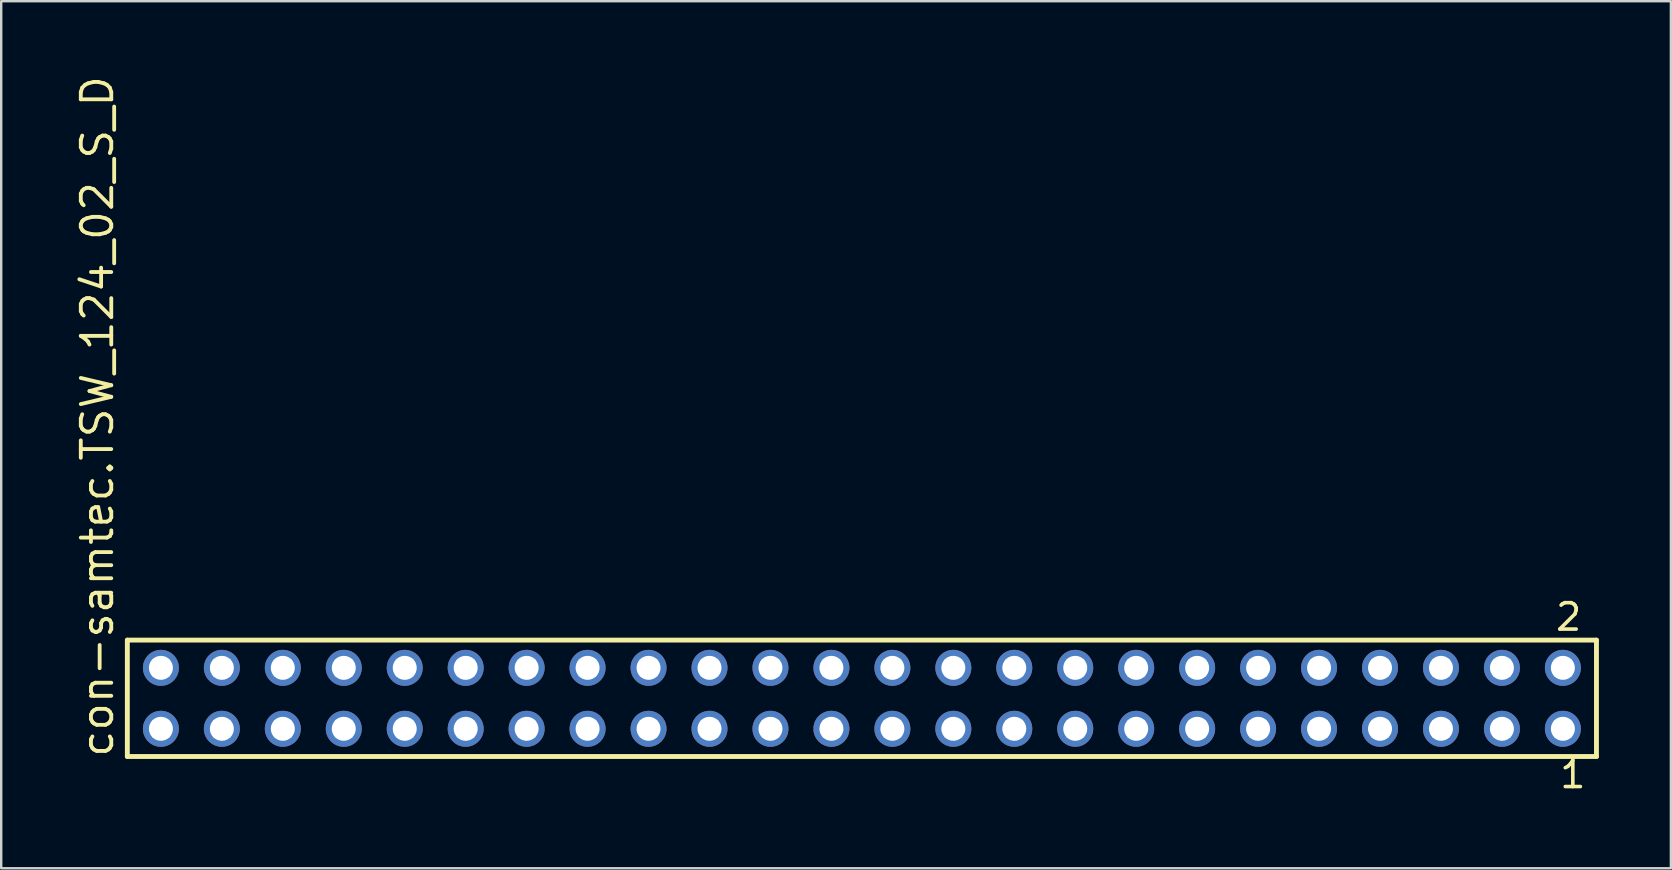
<source format=kicad_pcb>
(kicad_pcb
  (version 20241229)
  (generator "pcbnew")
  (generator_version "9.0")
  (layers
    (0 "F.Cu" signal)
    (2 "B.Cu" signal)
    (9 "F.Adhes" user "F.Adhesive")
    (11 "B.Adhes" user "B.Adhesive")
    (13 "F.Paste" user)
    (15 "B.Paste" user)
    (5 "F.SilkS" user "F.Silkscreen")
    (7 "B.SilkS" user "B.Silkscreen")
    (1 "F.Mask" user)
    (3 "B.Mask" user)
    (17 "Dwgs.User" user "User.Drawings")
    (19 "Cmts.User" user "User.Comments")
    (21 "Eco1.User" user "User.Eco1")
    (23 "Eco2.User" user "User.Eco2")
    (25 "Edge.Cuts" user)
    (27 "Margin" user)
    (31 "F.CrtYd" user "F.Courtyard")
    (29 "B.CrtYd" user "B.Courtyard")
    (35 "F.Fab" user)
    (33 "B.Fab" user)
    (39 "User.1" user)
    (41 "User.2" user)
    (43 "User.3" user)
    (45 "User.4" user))
  (footprint "con-samtec.TSW_124_02_S_D"
    (layer "F.Cu")
    (at 32.865 26.049)
    (property "Reference" "con-samtec.TSW_124_02_S_D" (at -31.115 2.54 90) (layer "F.SilkS") (effects (font (size 1.27 1.27) (thickness 0.16)) (justify left bottom)))
    (attr through_hole)
    (fp_line (start -30.609 -2.425) (end 30.609 -2.425) (stroke (width 0.203) (type default)) (layer "F.SilkS"))
    (fp_line (start -30.609 2.425) (end -30.609 -2.425) (stroke (width 0.203) (type default)) (layer "F.SilkS"))
    (fp_line (start 30.609 -2.425) (end 30.609 2.425) (stroke (width 0.203) (type default)) (layer "F.SilkS"))
    (fp_line (start 30.609 2.425) (end -30.609 2.425) (stroke (width 0.203) (type default)) (layer "F.SilkS"))
    (fp_rect (start -29.56 -0.92) (end -28.86 -1.62) (stroke (width 0.05) (type default)) (fill no) (layer "F.Fab"))
    (fp_rect (start -29.56 1.62) (end -28.86 0.92) (stroke (width 0.05) (type default)) (fill no) (layer "F.Fab"))
    (fp_rect (start -27.02 -0.92) (end -26.32 -1.62) (stroke (width 0.05) (type default)) (fill no) (layer "F.Fab"))
    (fp_rect (start -27.02 1.62) (end -26.32 0.92) (stroke (width 0.05) (type default)) (fill no) (layer "F.Fab"))
    (fp_rect (start -24.48 -0.92) (end -23.78 -1.62) (stroke (width 0.05) (type default)) (fill no) (layer "F.Fab"))
    (fp_rect (start -24.48 1.62) (end -23.78 0.92) (stroke (width 0.05) (type default)) (fill no) (layer "F.Fab"))
    (fp_rect (start -21.94 -0.92) (end -21.24 -1.62) (stroke (width 0.05) (type default)) (fill no) (layer "F.Fab"))
    (fp_rect (start -21.94 1.62) (end -21.24 0.92) (stroke (width 0.05) (type default)) (fill no) (layer "F.Fab"))
    (fp_rect (start -19.4 -0.92) (end -18.7 -1.62) (stroke (width 0.05) (type default)) (fill no) (layer "F.Fab"))
    (fp_rect (start -19.4 1.62) (end -18.7 0.92) (stroke (width 0.05) (type default)) (fill no) (layer "F.Fab"))
    (fp_rect (start -16.86 -0.92) (end -16.16 -1.62) (stroke (width 0.05) (type default)) (fill no) (layer "F.Fab"))
    (fp_rect (start -16.86 1.62) (end -16.16 0.92) (stroke (width 0.05) (type default)) (fill no) (layer "F.Fab"))
    (fp_rect (start -14.32 -0.92) (end -13.62 -1.62) (stroke (width 0.05) (type default)) (fill no) (layer "F.Fab"))
    (fp_rect (start -14.32 1.62) (end -13.62 0.92) (stroke (width 0.05) (type default)) (fill no) (layer "F.Fab"))
    (fp_rect (start -11.78 -0.92) (end -11.08 -1.62) (stroke (width 0.05) (type default)) (fill no) (layer "F.Fab"))
    (fp_rect (start -11.78 1.62) (end -11.08 0.92) (stroke (width 0.05) (type default)) (fill no) (layer "F.Fab"))
    (fp_rect (start -9.24 -0.92) (end -8.54 -1.62) (stroke (width 0.05) (type default)) (fill no) (layer "F.Fab"))
    (fp_rect (start -9.24 1.62) (end -8.54 0.92) (stroke (width 0.05) (type default)) (fill no) (layer "F.Fab"))
    (fp_rect (start -6.7 -0.92) (end -6 -1.62) (stroke (width 0.05) (type default)) (fill no) (layer "F.Fab"))
    (fp_rect (start -6.7 1.62) (end -6 0.92) (stroke (width 0.05) (type default)) (fill no) (layer "F.Fab"))
    (fp_rect (start -4.16 -0.92) (end -3.46 -1.62) (stroke (width 0.05) (type default)) (fill no) (layer "F.Fab"))
    (fp_rect (start -4.16 1.62) (end -3.46 0.92) (stroke (width 0.05) (type default)) (fill no) (layer "F.Fab"))
    (fp_rect (start -1.62 -0.92) (end -0.92 -1.62) (stroke (width 0.05) (type default)) (fill no) (layer "F.Fab"))
    (fp_rect (start -1.62 1.62) (end -0.92 0.92) (stroke (width 0.05) (type default)) (fill no) (layer "F.Fab"))
    (fp_rect (start 0.92 -0.92) (end 1.62 -1.62) (stroke (width 0.05) (type default)) (fill no) (layer "F.Fab"))
    (fp_rect (start 0.92 1.62) (end 1.62 0.92) (stroke (width 0.05) (type default)) (fill no) (layer "F.Fab"))
    (fp_rect (start 3.46 -0.92) (end 4.16 -1.62) (stroke (width 0.05) (type default)) (fill no) (layer "F.Fab"))
    (fp_rect (start 3.46 1.62) (end 4.16 0.92) (stroke (width 0.05) (type default)) (fill no) (layer "F.Fab"))
    (fp_rect (start 6 -0.92) (end 6.7 -1.62) (stroke (width 0.05) (type default)) (fill no) (layer "F.Fab"))
    (fp_rect (start 6 1.62) (end 6.7 0.92) (stroke (width 0.05) (type default)) (fill no) (layer "F.Fab"))
    (fp_rect (start 8.54 -0.92) (end 9.24 -1.62) (stroke (width 0.05) (type default)) (fill no) (layer "F.Fab"))
    (fp_rect (start 8.54 1.62) (end 9.24 0.92) (stroke (width 0.05) (type default)) (fill no) (layer "F.Fab"))
    (fp_rect (start 11.08 -0.92) (end 11.78 -1.62) (stroke (width 0.05) (type default)) (fill no) (layer "F.Fab"))
    (fp_rect (start 11.08 1.62) (end 11.78 0.92) (stroke (width 0.05) (type default)) (fill no) (layer "F.Fab"))
    (fp_rect (start 13.62 -0.92) (end 14.32 -1.62) (stroke (width 0.05) (type default)) (fill no) (layer "F.Fab"))
    (fp_rect (start 13.62 1.62) (end 14.32 0.92) (stroke (width 0.05) (type default)) (fill no) (layer "F.Fab"))
    (fp_rect (start 16.16 -0.92) (end 16.86 -1.62) (stroke (width 0.05) (type default)) (fill no) (layer "F.Fab"))
    (fp_rect (start 16.16 1.62) (end 16.86 0.92) (stroke (width 0.05) (type default)) (fill no) (layer "F.Fab"))
    (fp_rect (start 18.7 -0.92) (end 19.4 -1.62) (stroke (width 0.05) (type default)) (fill no) (layer "F.Fab"))
    (fp_rect (start 18.7 1.62) (end 19.4 0.92) (stroke (width 0.05) (type default)) (fill no) (layer "F.Fab"))
    (fp_rect (start 21.24 -0.92) (end 21.94 -1.62) (stroke (width 0.05) (type default)) (fill no) (layer "F.Fab"))
    (fp_rect (start 21.24 1.62) (end 21.94 0.92) (stroke (width 0.05) (type default)) (fill no) (layer "F.Fab"))
    (fp_rect (start 23.78 -0.92) (end 24.48 -1.62) (stroke (width 0.05) (type default)) (fill no) (layer "F.Fab"))
    (fp_rect (start 23.78 1.62) (end 24.48 0.92) (stroke (width 0.05) (type default)) (fill no) (layer "F.Fab"))
    (fp_rect (start 26.32 -0.92) (end 27.02 -1.62) (stroke (width 0.05) (type default)) (fill no) (layer "F.Fab"))
    (fp_rect (start 26.32 1.62) (end 27.02 0.92) (stroke (width 0.05) (type default)) (fill no) (layer "F.Fab"))
    (fp_rect (start 28.86 -0.92) (end 29.56 -1.62) (stroke (width 0.05) (type default)) (fill no) (layer "F.Fab"))
    (fp_rect (start 28.86 1.62) (end 29.56 0.92) (stroke (width 0.05) (type default)) (fill no) (layer "F.Fab"))
    (fp_text user "2" (at 28.827 -2.744 0) (layer "F.SilkS") (effects (font (size 1.1 1.1) (thickness 0.15)) (justify left bottom)))
    (fp_text user "1" (at 29.002 3.818 0) (layer "F.SilkS") (effects (font (size 1.1 1.1) (thickness 0.15)) (justify left bottom)))
    (pad "1" thru_hole circle (at 29.21 1.27 180) (size 1.5 1.5) (drill 1) (layers "*.Cu" "*.Mask"))
    (pad "2" thru_hole circle (at 29.21 -1.27 180) (size 1.5 1.5) (drill 1) (layers "*.Cu" "*.Mask"))
    (pad "3" thru_hole circle (at 26.67 1.27 180) (size 1.5 1.5) (drill 1) (layers "*.Cu" "*.Mask"))
    (pad "4" thru_hole circle (at 26.67 -1.27 180) (size 1.5 1.5) (drill 1) (layers "*.Cu" "*.Mask"))
    (pad "5" thru_hole circle (at 24.13 1.27 180) (size 1.5 1.5) (drill 1) (layers "*.Cu" "*.Mask"))
    (pad "6" thru_hole circle (at 24.13 -1.27 180) (size 1.5 1.5) (drill 1) (layers "*.Cu" "*.Mask"))
    (pad "7" thru_hole circle (at 21.59 1.27 180) (size 1.5 1.5) (drill 1) (layers "*.Cu" "*.Mask"))
    (pad "8" thru_hole circle (at 21.59 -1.27 180) (size 1.5 1.5) (drill 1) (layers "*.Cu" "*.Mask"))
    (pad "9" thru_hole circle (at 19.05 1.27 180) (size 1.5 1.5) (drill 1) (layers "*.Cu" "*.Mask"))
    (pad "10" thru_hole circle (at 19.05 -1.27 180) (size 1.5 1.5) (drill 1) (layers "*.Cu" "*.Mask"))
    (pad "11" thru_hole circle (at 16.51 1.27 180) (size 1.5 1.5) (drill 1) (layers "*.Cu" "*.Mask"))
    (pad "12" thru_hole circle (at 16.51 -1.27 180) (size 1.5 1.5) (drill 1) (layers "*.Cu" "*.Mask"))
    (pad "13" thru_hole circle (at 13.97 1.27 180) (size 1.5 1.5) (drill 1) (layers "*.Cu" "*.Mask"))
    (pad "14" thru_hole circle (at 13.97 -1.27 180) (size 1.5 1.5) (drill 1) (layers "*.Cu" "*.Mask"))
    (pad "15" thru_hole circle (at 11.43 1.27 180) (size 1.5 1.5) (drill 1) (layers "*.Cu" "*.Mask"))
    (pad "16" thru_hole circle (at 11.43 -1.27 180) (size 1.5 1.5) (drill 1) (layers "*.Cu" "*.Mask"))
    (pad "17" thru_hole circle (at 8.89 1.27 180) (size 1.5 1.5) (drill 1) (layers "*.Cu" "*.Mask"))
    (pad "18" thru_hole circle (at 8.89 -1.27 180) (size 1.5 1.5) (drill 1) (layers "*.Cu" "*.Mask"))
    (pad "19" thru_hole circle (at 6.35 1.27 180) (size 1.5 1.5) (drill 1) (layers "*.Cu" "*.Mask"))
    (pad "20" thru_hole circle (at 6.35 -1.27 180) (size 1.5 1.5) (drill 1) (layers "*.Cu" "*.Mask"))
    (pad "21" thru_hole circle (at 3.81 1.27 180) (size 1.5 1.5) (drill 1) (layers "*.Cu" "*.Mask"))
    (pad "22" thru_hole circle (at 3.81 -1.27 180) (size 1.5 1.5) (drill 1) (layers "*.Cu" "*.Mask"))
    (pad "23" thru_hole circle (at 1.27 1.27 180) (size 1.5 1.5) (drill 1) (layers "*.Cu" "*.Mask"))
    (pad "24" thru_hole circle (at 1.27 -1.27 180) (size 1.5 1.5) (drill 1) (layers "*.Cu" "*.Mask"))
    (pad "25" thru_hole circle (at -1.27 1.27 180) (size 1.5 1.5) (drill 1) (layers "*.Cu" "*.Mask"))
    (pad "26" thru_hole circle (at -1.27 -1.27 180) (size 1.5 1.5) (drill 1) (layers "*.Cu" "*.Mask"))
    (pad "27" thru_hole circle (at -3.81 1.27 180) (size 1.5 1.5) (drill 1) (layers "*.Cu" "*.Mask"))
    (pad "28" thru_hole circle (at -3.81 -1.27 180) (size 1.5 1.5) (drill 1) (layers "*.Cu" "*.Mask"))
    (pad "29" thru_hole circle (at -6.35 1.27 180) (size 1.5 1.5) (drill 1) (layers "*.Cu" "*.Mask"))
    (pad "30" thru_hole circle (at -6.35 -1.27 180) (size 1.5 1.5) (drill 1) (layers "*.Cu" "*.Mask"))
    (pad "31" thru_hole circle (at -8.89 1.27 180) (size 1.5 1.5) (drill 1) (layers "*.Cu" "*.Mask"))
    (pad "32" thru_hole circle (at -8.89 -1.27 180) (size 1.5 1.5) (drill 1) (layers "*.Cu" "*.Mask"))
    (pad "33" thru_hole circle (at -11.43 1.27 180) (size 1.5 1.5) (drill 1) (layers "*.Cu" "*.Mask"))
    (pad "34" thru_hole circle (at -11.43 -1.27 180) (size 1.5 1.5) (drill 1) (layers "*.Cu" "*.Mask"))
    (pad "35" thru_hole circle (at -13.97 1.27 180) (size 1.5 1.5) (drill 1) (layers "*.Cu" "*.Mask"))
    (pad "36" thru_hole circle (at -13.97 -1.27 180) (size 1.5 1.5) (drill 1) (layers "*.Cu" "*.Mask"))
    (pad "37" thru_hole circle (at -16.51 1.27 180) (size 1.5 1.5) (drill 1) (layers "*.Cu" "*.Mask"))
    (pad "38" thru_hole circle (at -16.51 -1.27 180) (size 1.5 1.5) (drill 1) (layers "*.Cu" "*.Mask"))
    (pad "39" thru_hole circle (at -19.05 1.27 180) (size 1.5 1.5) (drill 1) (layers "*.Cu" "*.Mask"))
    (pad "40" thru_hole circle (at -19.05 -1.27 180) (size 1.5 1.5) (drill 1) (layers "*.Cu" "*.Mask"))
    (pad "41" thru_hole circle (at -21.59 1.27 180) (size 1.5 1.5) (drill 1) (layers "*.Cu" "*.Mask"))
    (pad "42" thru_hole circle (at -21.59 -1.27 180) (size 1.5 1.5) (drill 1) (layers "*.Cu" "*.Mask"))
    (pad "43" thru_hole circle (at -24.13 1.27 180) (size 1.5 1.5) (drill 1) (layers "*.Cu" "*.Mask"))
    (pad "44" thru_hole circle (at -24.13 -1.27 180) (size 1.5 1.5) (drill 1) (layers "*.Cu" "*.Mask"))
    (pad "45" thru_hole circle (at -26.67 1.27 180) (size 1.5 1.5) (drill 1) (layers "*.Cu" "*.Mask"))
    (pad "46" thru_hole circle (at -26.67 -1.27 180) (size 1.5 1.5) (drill 1) (layers "*.Cu" "*.Mask"))
    (pad "47" thru_hole circle (at -29.21 1.27 180) (size 1.5 1.5) (drill 1) (layers "*.Cu" "*.Mask"))
    (pad "48" thru_hole circle (at -29.21 -1.27 180) (size 1.5 1.5) (drill 1) (layers "*.Cu" "*.Mask")))
  (gr_rect
    (start -3 -3)
    (end 66.576 33.131)
    (stroke (width 0.1) (type default))
    (fill no)
    (layer "Edge.Cuts")))
</source>
